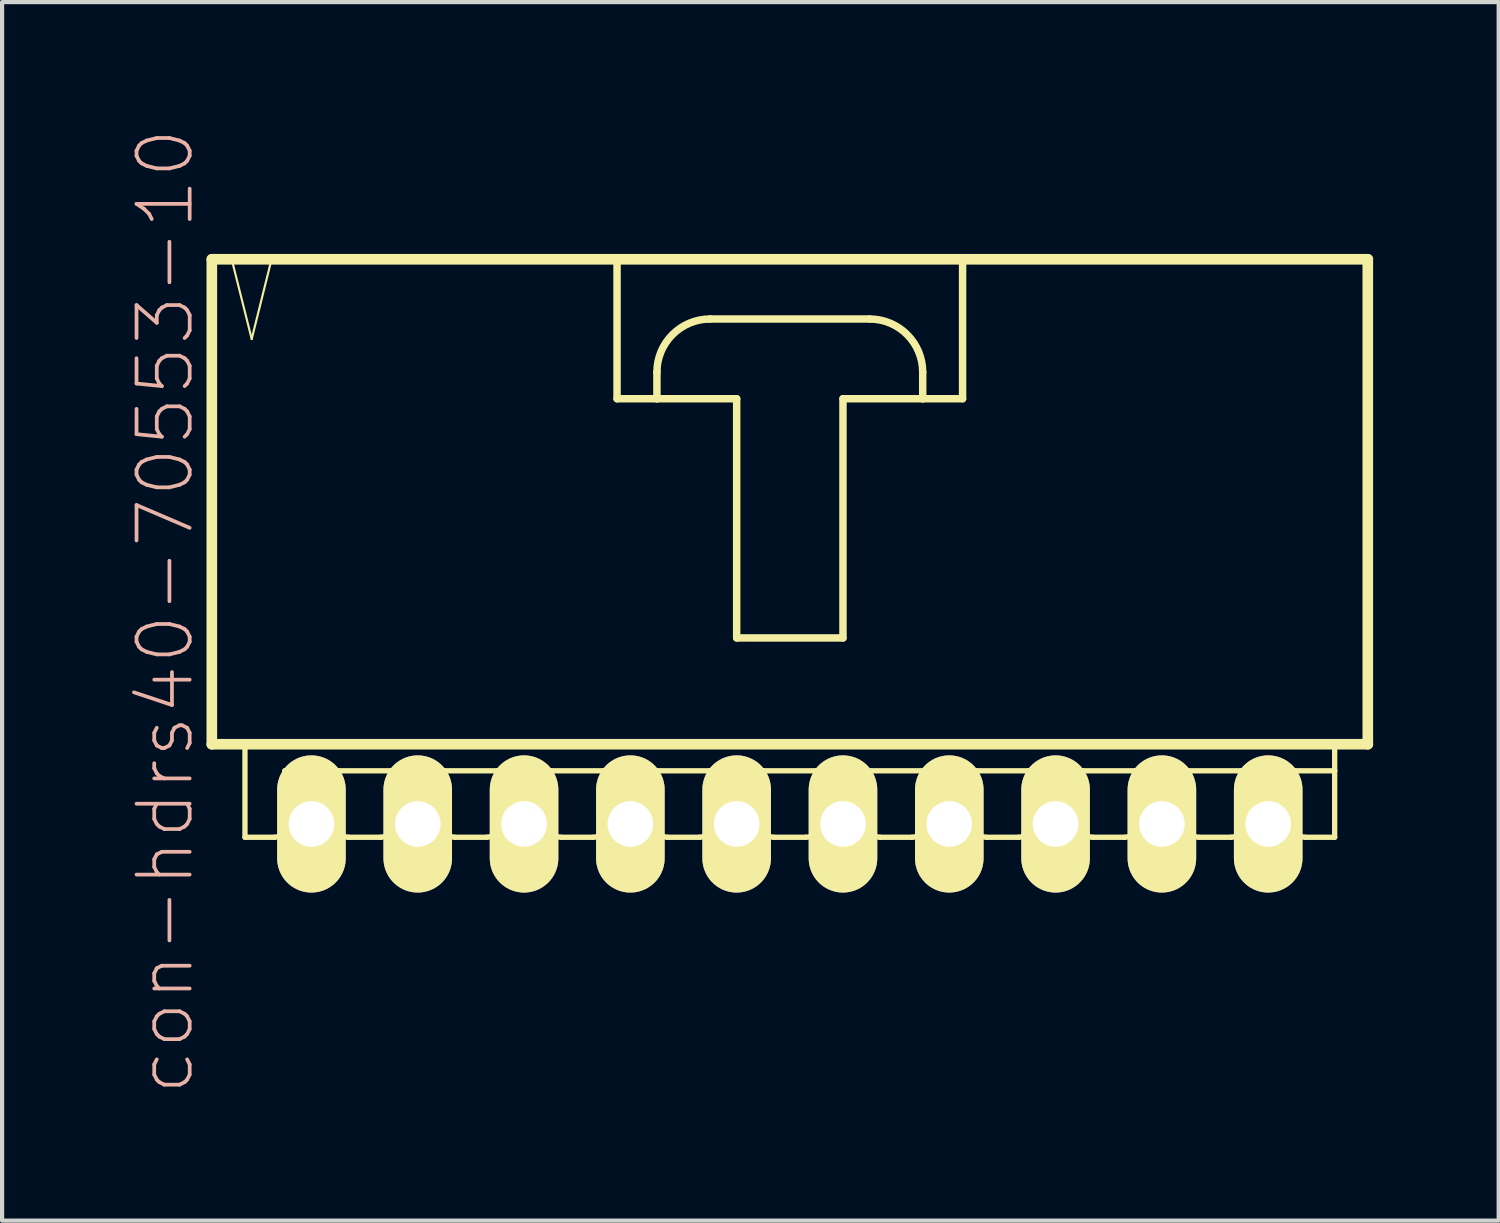
<source format=kicad_pcb>
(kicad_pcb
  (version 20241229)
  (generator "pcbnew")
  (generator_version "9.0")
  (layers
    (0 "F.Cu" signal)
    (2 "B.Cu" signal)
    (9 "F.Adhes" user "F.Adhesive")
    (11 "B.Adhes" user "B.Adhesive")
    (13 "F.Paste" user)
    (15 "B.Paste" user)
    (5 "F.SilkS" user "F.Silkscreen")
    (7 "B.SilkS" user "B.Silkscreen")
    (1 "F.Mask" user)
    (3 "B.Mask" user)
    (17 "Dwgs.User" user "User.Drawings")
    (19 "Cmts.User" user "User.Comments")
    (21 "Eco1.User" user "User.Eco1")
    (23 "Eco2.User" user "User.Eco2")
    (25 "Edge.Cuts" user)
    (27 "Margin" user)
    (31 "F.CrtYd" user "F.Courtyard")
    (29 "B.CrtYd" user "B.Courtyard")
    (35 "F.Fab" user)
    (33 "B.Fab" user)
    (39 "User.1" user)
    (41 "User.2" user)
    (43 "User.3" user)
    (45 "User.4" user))
  (footprint "con-hdrs40-70553-10"
    (layer "F.Cu")
    (at 15.821 9.017)
    (property "Reference" "con-hdrs40-70553-10" (at -14.922 2.54 90) (layer "B.SilkS") (effects (font (size 1.27 1.27) (thickness 0.089))))
    (attr exclude_from_pos_files exclude_from_bom)
    (fp_line (start -13.81 -5.872) (end -13.81 5.715) (stroke (width 0.254) (type solid)) (layer "F.SilkS"))
    (fp_line (start -13.81 5.715) (end 13.81 5.715) (stroke (width 0.254) (type solid)) (layer "F.SilkS"))
    (fp_line (start -13.335 -5.872) (end -12.857 -3.967) (stroke (width 0.051) (type solid)) (layer "F.SilkS"))
    (fp_line (start -13.018 5.715) (end -13.018 7.938) (stroke (width 0.127) (type solid)) (layer "F.SilkS"))
    (fp_line (start -12.857 -3.967) (end -12.383 -5.872) (stroke (width 0.051) (type solid)) (layer "F.SilkS"))
    (fp_line (start -12.383 -5.872) (end -13.335 -5.872) (stroke (width 0.051) (type solid)) (layer "F.SilkS"))
    (fp_line (start -12.319 7.938) (end -13.018 7.938) (stroke (width 0.127) (type solid)) (layer "F.SilkS"))
    (fp_line (start -12.065 6.35) (end -12.065 7.684) (stroke (width 0.127) (type solid)) (layer "F.SilkS"))
    (fp_line (start -12.065 6.35) (end -10.795 6.35) (stroke (width 0.127) (type solid)) (layer "F.SilkS"))
    (fp_line (start -11.748 6.35) (end -11.113 6.35) (stroke (width 0.066) (type solid)) (layer "F.SilkS"))
    (fp_line (start -11.748 7.62) (end -11.748 6.35) (stroke (width 0.066) (type solid)) (layer "F.SilkS"))
    (fp_line (start -11.748 7.62) (end -11.113 7.62) (stroke (width 0.066) (type solid)) (layer "F.SilkS"))
    (fp_line (start -11.113 7.62) (end -11.113 6.35) (stroke (width 0.066) (type solid)) (layer "F.SilkS"))
    (fp_line (start -10.795 6.35) (end -10.795 7.684) (stroke (width 0.127) (type solid)) (layer "F.SilkS"))
    (fp_line (start -10.795 6.35) (end -9.525 6.35) (stroke (width 0.127) (type solid)) (layer "F.SilkS"))
    (fp_line (start -9.779 7.938) (end -10.541 7.938) (stroke (width 0.127) (type solid)) (layer "F.SilkS"))
    (fp_line (start -9.525 6.35) (end -9.525 7.684) (stroke (width 0.127) (type solid)) (layer "F.SilkS"))
    (fp_line (start -9.525 6.35) (end -8.255 6.35) (stroke (width 0.127) (type solid)) (layer "F.SilkS"))
    (fp_line (start -9.207 6.35) (end -8.572 6.35) (stroke (width 0.066) (type solid)) (layer "F.SilkS"))
    (fp_line (start -9.207 7.62) (end -9.207 6.35) (stroke (width 0.066) (type solid)) (layer "F.SilkS"))
    (fp_line (start -9.207 7.62) (end -8.572 7.62) (stroke (width 0.066) (type solid)) (layer "F.SilkS"))
    (fp_line (start -8.572 7.62) (end -8.572 6.35) (stroke (width 0.066) (type solid)) (layer "F.SilkS"))
    (fp_line (start -8.255 6.35) (end -8.255 7.684) (stroke (width 0.127) (type solid)) (layer "F.SilkS"))
    (fp_line (start -8.255 6.35) (end -6.985 6.35) (stroke (width 0.127) (type solid)) (layer "F.SilkS"))
    (fp_line (start -7.236 7.938) (end -8.001 7.938) (stroke (width 0.127) (type solid)) (layer "F.SilkS"))
    (fp_line (start -6.985 6.35) (end -6.985 7.684) (stroke (width 0.127) (type solid)) (layer "F.SilkS"))
    (fp_line (start -6.985 6.35) (end -5.715 6.35) (stroke (width 0.127) (type solid)) (layer "F.SilkS"))
    (fp_line (start -6.668 6.35) (end -6.032 6.35) (stroke (width 0.066) (type solid)) (layer "F.SilkS"))
    (fp_line (start -6.668 7.62) (end -6.668 6.35) (stroke (width 0.066) (type solid)) (layer "F.SilkS"))
    (fp_line (start -6.668 7.62) (end -6.032 7.62) (stroke (width 0.066) (type solid)) (layer "F.SilkS"))
    (fp_line (start -6.032 7.62) (end -6.032 6.35) (stroke (width 0.066) (type solid)) (layer "F.SilkS"))
    (fp_line (start -5.715 6.35) (end -5.715 7.684) (stroke (width 0.127) (type solid)) (layer "F.SilkS"))
    (fp_line (start -5.715 6.35) (end -4.445 6.35) (stroke (width 0.127) (type solid)) (layer "F.SilkS"))
    (fp_line (start -4.699 7.938) (end -5.461 7.938) (stroke (width 0.127) (type solid)) (layer "F.SilkS"))
    (fp_line (start -4.445 6.35) (end -4.445 7.684) (stroke (width 0.127) (type solid)) (layer "F.SilkS"))
    (fp_line (start -4.445 6.35) (end -3.175 6.35) (stroke (width 0.127) (type solid)) (layer "F.SilkS"))
    (fp_line (start -4.128 -5.872) (end -4.128 -2.54) (stroke (width 0.178) (type solid)) (layer "F.SilkS"))
    (fp_line (start -4.128 -2.54) (end -3.175 -2.54) (stroke (width 0.178) (type solid)) (layer "F.SilkS"))
    (fp_line (start -4.128 6.35) (end -3.493 6.35) (stroke (width 0.066) (type solid)) (layer "F.SilkS"))
    (fp_line (start -4.128 7.62) (end -4.128 6.35) (stroke (width 0.066) (type solid)) (layer "F.SilkS"))
    (fp_line (start -4.128 7.62) (end -3.493 7.62) (stroke (width 0.066) (type solid)) (layer "F.SilkS"))
    (fp_line (start -3.493 7.62) (end -3.493 6.35) (stroke (width 0.066) (type solid)) (layer "F.SilkS"))
    (fp_line (start -3.175 -2.54) (end -3.175 -3.175) (stroke (width 0.178) (type solid)) (layer "F.SilkS"))
    (fp_line (start -3.175 -2.54) (end -1.27 -2.54) (stroke (width 0.178) (type solid)) (layer "F.SilkS"))
    (fp_line (start -3.175 6.35) (end -3.175 7.684) (stroke (width 0.127) (type solid)) (layer "F.SilkS"))
    (fp_line (start -3.175 6.35) (end -1.905 6.35) (stroke (width 0.127) (type solid)) (layer "F.SilkS"))
    (fp_line (start -2.159 7.938) (end -2.921 7.938) (stroke (width 0.127) (type solid)) (layer "F.SilkS"))
    (fp_line (start -1.905 -4.445) (end 1.905 -4.445) (stroke (width 0.178) (type solid)) (layer "F.SilkS"))
    (fp_line (start -1.905 6.35) (end -1.905 7.684) (stroke (width 0.127) (type solid)) (layer "F.SilkS"))
    (fp_line (start -1.905 6.35) (end -0.635 6.35) (stroke (width 0.127) (type solid)) (layer "F.SilkS"))
    (fp_line (start -1.587 6.35) (end -0.953 6.35) (stroke (width 0.066) (type solid)) (layer "F.SilkS"))
    (fp_line (start -1.587 7.62) (end -1.587 6.35) (stroke (width 0.066) (type solid)) (layer "F.SilkS"))
    (fp_line (start -1.587 7.62) (end -0.953 7.62) (stroke (width 0.066) (type solid)) (layer "F.SilkS"))
    (fp_line (start -1.27 -2.54) (end -1.27 3.175) (stroke (width 0.178) (type solid)) (layer "F.SilkS"))
    (fp_line (start -1.27 3.175) (end 1.27 3.175) (stroke (width 0.178) (type solid)) (layer "F.SilkS"))
    (fp_line (start -0.953 7.62) (end -0.953 6.35) (stroke (width 0.066) (type solid)) (layer "F.SilkS"))
    (fp_line (start -0.635 6.35) (end -0.635 7.684) (stroke (width 0.127) (type solid)) (layer "F.SilkS"))
    (fp_line (start -0.635 6.35) (end 0.635 6.35) (stroke (width 0.127) (type solid)) (layer "F.SilkS"))
    (fp_line (start 0.381 7.938) (end -0.381 7.938) (stroke (width 0.127) (type solid)) (layer "F.SilkS"))
    (fp_line (start 0.635 6.35) (end 0.635 7.684) (stroke (width 0.127) (type solid)) (layer "F.SilkS"))
    (fp_line (start 0.635 6.35) (end 1.905 6.35) (stroke (width 0.127) (type solid)) (layer "F.SilkS"))
    (fp_line (start 0.953 6.35) (end 1.587 6.35) (stroke (width 0.066) (type solid)) (layer "F.SilkS"))
    (fp_line (start 0.953 7.62) (end 0.953 6.35) (stroke (width 0.066) (type solid)) (layer "F.SilkS"))
    (fp_line (start 0.953 7.62) (end 1.587 7.62) (stroke (width 0.066) (type solid)) (layer "F.SilkS"))
    (fp_line (start 1.27 -2.54) (end 3.175 -2.54) (stroke (width 0.178) (type solid)) (layer "F.SilkS"))
    (fp_line (start 1.27 3.175) (end 1.27 -2.54) (stroke (width 0.178) (type solid)) (layer "F.SilkS"))
    (fp_line (start 1.587 7.62) (end 1.587 6.35) (stroke (width 0.066) (type solid)) (layer "F.SilkS"))
    (fp_line (start 1.905 6.35) (end 1.905 7.684) (stroke (width 0.127) (type solid)) (layer "F.SilkS"))
    (fp_line (start 1.905 6.35) (end 3.175 6.35) (stroke (width 0.127) (type solid)) (layer "F.SilkS"))
    (fp_line (start 2.921 7.938) (end 2.159 7.938) (stroke (width 0.127) (type solid)) (layer "F.SilkS"))
    (fp_line (start 3.175 -3.175) (end 3.175 -2.54) (stroke (width 0.178) (type solid)) (layer "F.SilkS"))
    (fp_line (start 3.175 -2.54) (end 4.128 -2.54) (stroke (width 0.178) (type solid)) (layer "F.SilkS"))
    (fp_line (start 3.175 6.35) (end 3.175 7.684) (stroke (width 0.127) (type solid)) (layer "F.SilkS"))
    (fp_line (start 3.175 6.35) (end 4.445 6.35) (stroke (width 0.127) (type solid)) (layer "F.SilkS"))
    (fp_line (start 3.493 6.35) (end 4.128 6.35) (stroke (width 0.066) (type solid)) (layer "F.SilkS"))
    (fp_line (start 3.493 7.62) (end 3.493 6.35) (stroke (width 0.066) (type solid)) (layer "F.SilkS"))
    (fp_line (start 3.493 7.62) (end 4.128 7.62) (stroke (width 0.066) (type solid)) (layer "F.SilkS"))
    (fp_line (start 4.128 -5.872) (end -13.81 -5.872) (stroke (width 0.254) (type solid)) (layer "F.SilkS"))
    (fp_line (start 4.128 -2.54) (end 4.128 -5.872) (stroke (width 0.178) (type solid)) (layer "F.SilkS"))
    (fp_line (start 4.128 7.62) (end 4.128 6.35) (stroke (width 0.066) (type solid)) (layer "F.SilkS"))
    (fp_line (start 4.445 6.35) (end 4.445 7.684) (stroke (width 0.127) (type solid)) (layer "F.SilkS"))
    (fp_line (start 4.445 6.35) (end 5.715 6.35) (stroke (width 0.127) (type solid)) (layer "F.SilkS"))
    (fp_line (start 5.461 7.938) (end 4.699 7.938) (stroke (width 0.127) (type solid)) (layer "F.SilkS"))
    (fp_line (start 5.715 6.35) (end 5.715 7.684) (stroke (width 0.127) (type solid)) (layer "F.SilkS"))
    (fp_line (start 5.715 6.35) (end 6.985 6.35) (stroke (width 0.127) (type solid)) (layer "F.SilkS"))
    (fp_line (start 6.032 6.35) (end 6.668 6.35) (stroke (width 0.066) (type solid)) (layer "F.SilkS"))
    (fp_line (start 6.032 7.62) (end 6.032 6.35) (stroke (width 0.066) (type solid)) (layer "F.SilkS"))
    (fp_line (start 6.032 7.62) (end 6.668 7.62) (stroke (width 0.066) (type solid)) (layer "F.SilkS"))
    (fp_line (start 6.668 7.62) (end 6.668 6.35) (stroke (width 0.066) (type solid)) (layer "F.SilkS"))
    (fp_line (start 6.985 6.35) (end 6.985 7.684) (stroke (width 0.127) (type solid)) (layer "F.SilkS"))
    (fp_line (start 6.985 6.35) (end 8.255 6.35) (stroke (width 0.127) (type solid)) (layer "F.SilkS"))
    (fp_line (start 8.001 7.938) (end 7.236 7.938) (stroke (width 0.127) (type solid)) (layer "F.SilkS"))
    (fp_line (start 8.255 6.35) (end 8.255 7.684) (stroke (width 0.127) (type solid)) (layer "F.SilkS"))
    (fp_line (start 8.255 6.35) (end 9.525 6.35) (stroke (width 0.127) (type solid)) (layer "F.SilkS"))
    (fp_line (start 8.572 6.35) (end 9.207 6.35) (stroke (width 0.066) (type solid)) (layer "F.SilkS"))
    (fp_line (start 8.572 7.62) (end 8.572 6.35) (stroke (width 0.066) (type solid)) (layer "F.SilkS"))
    (fp_line (start 8.572 7.62) (end 9.207 7.62) (stroke (width 0.066) (type solid)) (layer "F.SilkS"))
    (fp_line (start 9.207 7.62) (end 9.207 6.35) (stroke (width 0.066) (type solid)) (layer "F.SilkS"))
    (fp_line (start 9.525 6.35) (end 9.525 7.684) (stroke (width 0.127) (type solid)) (layer "F.SilkS"))
    (fp_line (start 9.525 6.35) (end 10.795 6.35) (stroke (width 0.127) (type solid)) (layer "F.SilkS"))
    (fp_line (start 10.541 7.938) (end 9.779 7.938) (stroke (width 0.127) (type solid)) (layer "F.SilkS"))
    (fp_line (start 10.795 6.35) (end 10.795 7.684) (stroke (width 0.127) (type solid)) (layer "F.SilkS"))
    (fp_line (start 10.795 6.35) (end 12.065 6.35) (stroke (width 0.127) (type solid)) (layer "F.SilkS"))
    (fp_line (start 11.113 6.35) (end 11.748 6.35) (stroke (width 0.066) (type solid)) (layer "F.SilkS"))
    (fp_line (start 11.113 7.62) (end 11.113 6.35) (stroke (width 0.066) (type solid)) (layer "F.SilkS"))
    (fp_line (start 11.113 7.62) (end 11.748 7.62) (stroke (width 0.066) (type solid)) (layer "F.SilkS"))
    (fp_line (start 11.748 7.62) (end 11.748 6.35) (stroke (width 0.066) (type solid)) (layer "F.SilkS"))
    (fp_line (start 12.065 6.35) (end 12.065 7.684) (stroke (width 0.127) (type solid)) (layer "F.SilkS"))
    (fp_line (start 12.065 6.35) (end 13.018 6.35) (stroke (width 0.127) (type solid)) (layer "F.SilkS"))
    (fp_line (start 12.319 7.938) (end 13.018 7.938) (stroke (width 0.127) (type solid)) (layer "F.SilkS"))
    (fp_line (start 13.018 6.35) (end 13.018 5.715) (stroke (width 0.127) (type solid)) (layer "F.SilkS"))
    (fp_line (start 13.018 7.938) (end 13.018 6.35) (stroke (width 0.127) (type solid)) (layer "F.SilkS"))
    (fp_line (start 13.81 -5.872) (end 4.128 -5.872) (stroke (width 0.254) (type solid)) (layer "F.SilkS"))
    (fp_line (start 13.81 5.715) (end 13.81 -5.872) (stroke (width 0.254) (type solid)) (layer "F.SilkS"))
    (fp_arc (start -12.065 7.6835) (mid -12.139395 7.863105) (end -12.319 7.9375) (stroke (width 0.127) (type solid)) (layer "F.SilkS"))
    (fp_arc (start -10.541 7.9375) (mid -10.720605 7.863105) (end -10.795 7.6835) (stroke (width 0.127) (type solid)) (layer "F.SilkS"))
    (fp_arc (start -9.525 7.6835) (mid -9.599395 7.863105) (end -9.779 7.9375) (stroke (width 0.127) (type solid)) (layer "F.SilkS"))
    (fp_arc (start -8.001 7.9375) (mid -8.180605 7.863105) (end -8.255 7.6835) (stroke (width 0.127) (type solid)) (layer "F.SilkS"))
    (fp_arc (start -6.985 7.6835) (mid -7.058651 7.861309) (end -7.23646 7.93496) (stroke (width 0.127) (type solid)) (layer "F.SilkS"))
    (fp_arc (start -5.461 7.9375) (mid -5.640605 7.863105) (end -5.715 7.6835) (stroke (width 0.127) (type solid)) (layer "F.SilkS"))
    (fp_arc (start -4.445 7.6835) (mid -4.519395 7.863105) (end -4.699 7.9375) (stroke (width 0.127) (type solid)) (layer "F.SilkS"))
    (fp_arc (start -3.175 -3.175) (mid -2.803026 -4.073026) (end -1.905 -4.445) (stroke (width 0.1778) (type solid)) (layer "F.SilkS"))
    (fp_arc (start -2.921 7.9375) (mid -3.100605 7.863105) (end -3.175 7.6835) (stroke (width 0.127) (type solid)) (layer "F.SilkS"))
    (fp_arc (start -1.905 7.6835) (mid -1.979395 7.863105) (end -2.159 7.9375) (stroke (width 0.127) (type solid)) (layer "F.SilkS"))
    (fp_arc (start -0.381 7.9375) (mid -0.560605 7.863105) (end -0.635 7.6835) (stroke (width 0.127) (type solid)) (layer "F.SilkS"))
    (fp_arc (start 0.635 7.6835) (mid 0.560605 7.863105) (end 0.381 7.9375) (stroke (width 0.127) (type solid)) (layer "F.SilkS"))
    (fp_arc (start 1.905 -4.445) (mid 2.803026 -4.073026) (end 3.175 -3.175) (stroke (width 0.1778) (type solid)) (layer "F.SilkS"))
    (fp_arc (start 2.159 7.9375) (mid 1.979395 7.863105) (end 1.905 7.6835) (stroke (width 0.127) (type solid)) (layer "F.SilkS"))
    (fp_arc (start 3.175 7.6835) (mid 3.100605 7.863105) (end 2.921 7.9375) (stroke (width 0.127) (type solid)) (layer "F.SilkS"))
    (fp_arc (start 4.699 7.9375) (mid 4.519395 7.863105) (end 4.445 7.6835) (stroke (width 0.127) (type solid)) (layer "F.SilkS"))
    (fp_arc (start 5.715 7.6835) (mid 5.640605 7.863105) (end 5.461 7.9375) (stroke (width 0.127) (type solid)) (layer "F.SilkS"))
    (fp_arc (start 7.23646 7.9375) (mid 7.056855 7.863105) (end 6.98246 7.6835) (stroke (width 0.127) (type solid)) (layer "F.SilkS"))
    (fp_arc (start 8.255 7.6835) (mid 8.180605 7.863105) (end 8.001 7.9375) (stroke (width 0.127) (type solid)) (layer "F.SilkS"))
    (fp_arc (start 9.779 7.9375) (mid 9.599395 7.863105) (end 9.525 7.6835) (stroke (width 0.127) (type solid)) (layer "F.SilkS"))
    (fp_arc (start 10.795 7.6835) (mid 10.720605 7.863105) (end 10.541 7.9375) (stroke (width 0.127) (type solid)) (layer "F.SilkS"))
    (fp_arc (start 12.319 7.9375) (mid 12.139395 7.863105) (end 12.065 7.6835) (stroke (width 0.127) (type solid)) (layer "F.SilkS"))
    (pad "1" thru_hole oval (at -11.43 7.62) (size 1.638 3.277) (drill 1.09) (layers "*.Cu" "F.Mask" "F.SilkS" "F.Paste"))
    (pad "2" thru_hole oval (at -8.89 7.62) (size 1.638 3.277) (drill 1.09) (layers "*.Cu" "F.Mask" "F.SilkS" "F.Paste"))
    (pad "3" thru_hole oval (at -6.35 7.62) (size 1.638 3.277) (drill 1.09) (layers "*.Cu" "F.Mask" "F.SilkS" "F.Paste"))
    (pad "4" thru_hole oval (at -3.81 7.62) (size 1.638 3.277) (drill 1.09) (layers "*.Cu" "F.Mask" "F.SilkS" "F.Paste"))
    (pad "5" thru_hole oval (at -1.27 7.62) (size 1.638 3.277) (drill 1.09) (layers "*.Cu" "F.Mask" "F.SilkS" "F.Paste"))
    (pad "6" thru_hole oval (at 1.27 7.62) (size 1.638 3.277) (drill 1.09) (layers "*.Cu" "F.Mask" "F.SilkS" "F.Paste"))
    (pad "7" thru_hole oval (at 3.81 7.62) (size 1.638 3.277) (drill 1.09) (layers "*.Cu" "F.Mask" "F.SilkS" "F.Paste"))
    (pad "8" thru_hole oval (at 6.35 7.62) (size 1.638 3.277) (drill 1.09) (layers "*.Cu" "F.Mask" "F.SilkS" "F.Paste"))
    (pad "9" thru_hole oval (at 8.89 7.62) (size 1.638 3.277) (drill 1.09) (layers "*.Cu" "F.Mask" "F.SilkS" "F.Paste"))
    (pad "10" thru_hole oval (at 11.43 7.62) (size 1.638 3.277) (drill 1.09) (layers "*.Cu" "F.Mask" "F.SilkS" "F.Paste")))
  (gr_rect
    (start -3 -3)
    (end 32.758 26.115)
    (stroke (width 0.1) (type default))
    (fill no)
    (layer "Edge.Cuts")))
</source>
